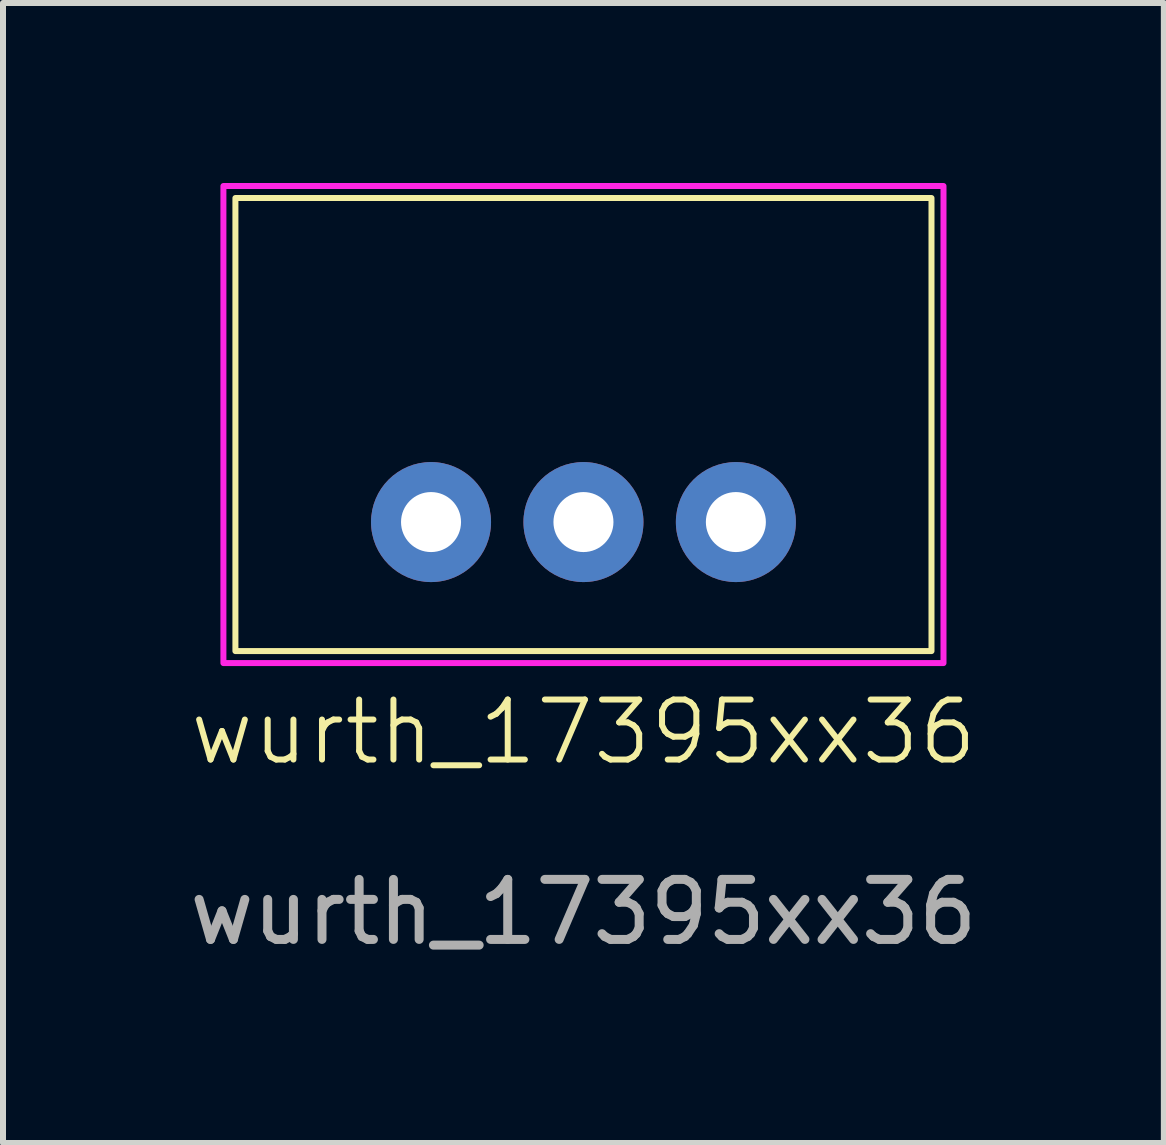
<source format=kicad_pcb>
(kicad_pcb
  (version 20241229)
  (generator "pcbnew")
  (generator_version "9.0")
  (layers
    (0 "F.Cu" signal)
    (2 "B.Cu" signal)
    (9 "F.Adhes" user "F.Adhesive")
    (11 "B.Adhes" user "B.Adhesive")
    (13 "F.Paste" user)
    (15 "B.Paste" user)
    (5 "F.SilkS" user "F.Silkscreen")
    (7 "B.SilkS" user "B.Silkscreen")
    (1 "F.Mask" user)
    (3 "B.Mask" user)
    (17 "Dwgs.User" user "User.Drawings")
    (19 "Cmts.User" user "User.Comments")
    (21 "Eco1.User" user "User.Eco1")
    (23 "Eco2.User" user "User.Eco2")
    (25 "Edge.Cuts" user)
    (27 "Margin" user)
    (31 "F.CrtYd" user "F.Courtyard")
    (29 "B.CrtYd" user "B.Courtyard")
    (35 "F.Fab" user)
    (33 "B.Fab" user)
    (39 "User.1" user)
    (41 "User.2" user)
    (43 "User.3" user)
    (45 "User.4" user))
  (footprint "wurth_17395xx36"
    (layer "F.Cu")
    (at 6.673 5.65)
    (property "Reference" "wurth_17395xx36" (at 0 3.5 0) (unlocked yes) (layer "F.SilkS") (effects (font (size 1 1) (thickness 0.1))))
    (attr through_hole)
    (fp_rect (start -5.8 -5.4) (end 5.8 2.15) (stroke (width 0.1) (type default)) (fill no) (layer "F.SilkS"))
    (fp_rect (start -6 -5.6) (end 6 2.35) (stroke (width 0.1) (type default)) (fill no) (layer "F.CrtYd"))
    (fp_text user "${REFERENCE}" (at 0 6.5 0) (unlocked yes) (layer "F.Fab") (effects (font (size 1 1) (thickness 0.15))))
    (pad "1" thru_hole circle (at -2.54 0) (size 2 2) (drill 1) (layers "*.Cu" "*.Mask"))
    (pad "2" thru_hole circle (at 0 0) (size 2 2) (drill 1) (layers "*.Cu" "*.Mask"))
    (pad "3" thru_hole circle (at 2.54 0) (size 2 2) (drill 1) (layers "*.Cu" "*.Mask")))
  (gr_rect
    (start -3 -3)
    (end 16.345 15.998)
    (stroke (width 0.1) (type default))
    (fill no)
    (layer "Edge.Cuts")))
</source>
